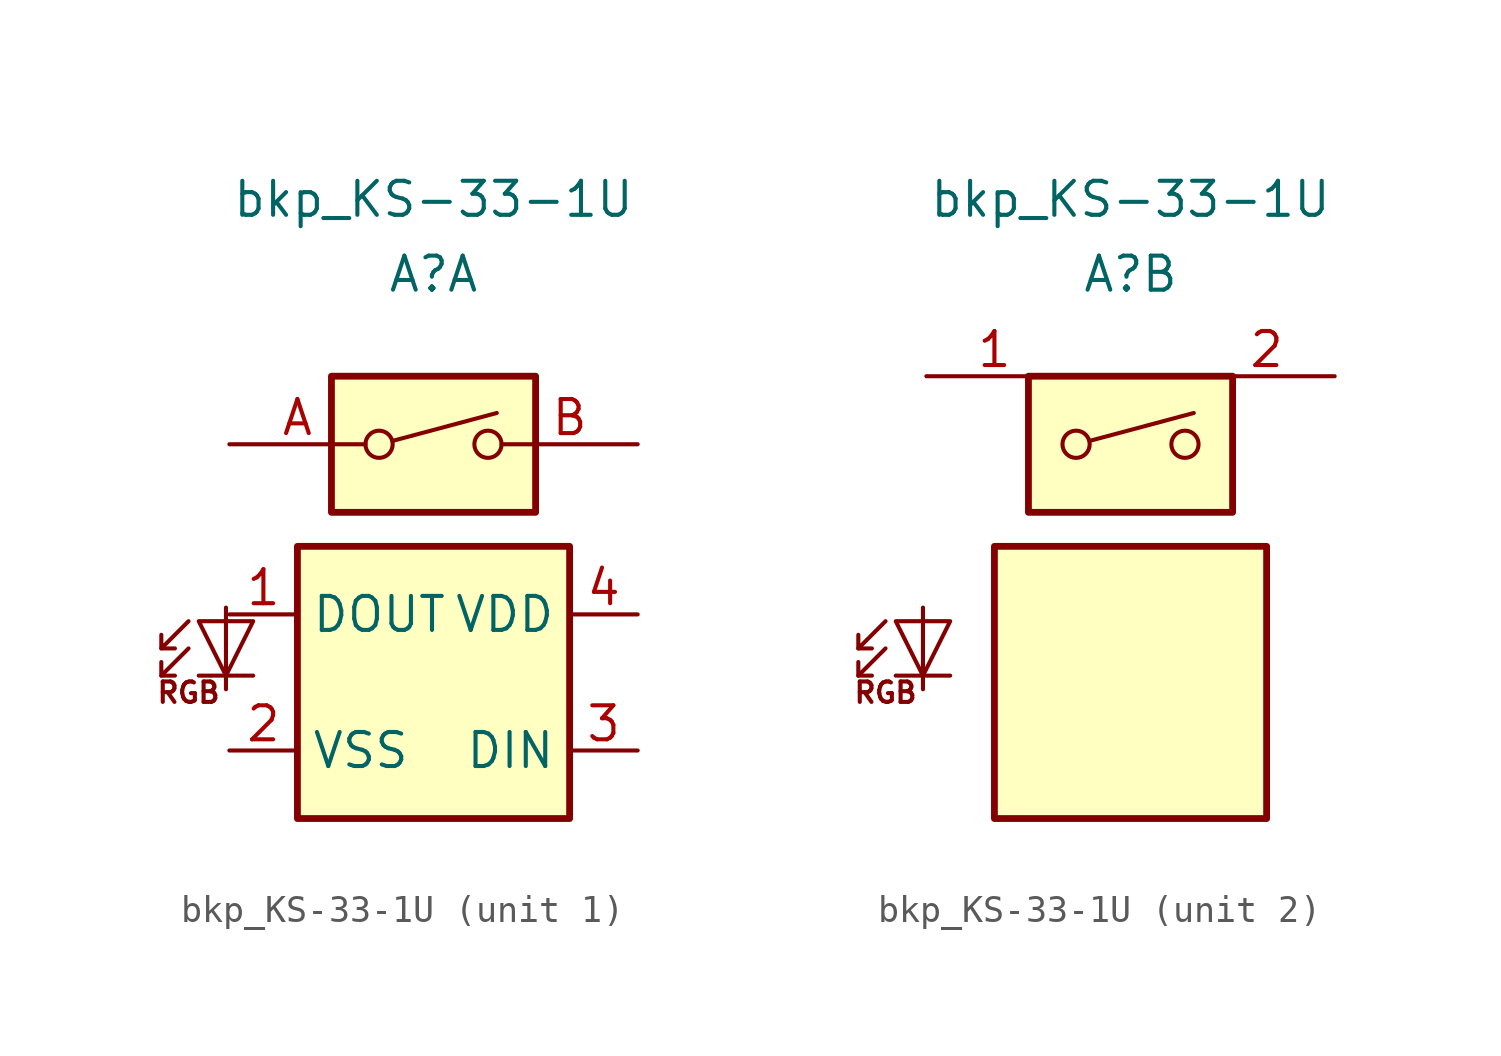
<source format=kicad_sym>
(kicad_symbol_lib
  (version 20241209)
  (generator "kicad_symbol_editor")
  (generator_version "9.0")
  (symbol "bkp_KS-33-1U"
    (property "Reference" "A"
      (at 0 0 0)
      (effects (font (size 1.27 1.27))))
    (property "Value" "bkp_KS-33-1U"
      (at 0 2.794 0)
      (effects (font (size 1.27 1.27))))
    (property "ki_locked" ""
      (at 0 0 0)
      (effects (font (size 1.27 1.27))))
    (symbol "bkp_KS-33-1U_0_0"
      (circle (center -2.032 -6.35) (radius 0.508) (stroke (width 0) (type default)) (fill (type none)))
      (polyline (pts (xy -1.524 -6.223) (xy 2.362 -5.182)) (stroke (width 0) (type default)) (fill (type none)))
      (circle (center 2.032 -6.35) (radius 0.508) (stroke (width 0) (type default)) (fill (type none)))
      (text "RGB" (at -9.144 -15.621 0) (effects (font (size 0.762 0.762)))))
    (symbol "bkp_KS-33-1U_0_1"
      (polyline (pts (xy -10.16 -13.97) (xy -9.652 -13.97)) (stroke (width 0) (type default)) (fill (type none)))
      (polyline (pts (xy -10.16 -14.986) (xy -9.652 -14.986)) (stroke (width 0) (type default)) (fill (type none)))
      (polyline (pts (xy -9.144 -12.954) (xy -10.16 -13.97) (xy -10.16 -13.462)) (stroke (width 0) (type default)) (fill (type none)))
      (polyline (pts (xy -9.144 -13.97) (xy -10.16 -14.986) (xy -10.16 -14.478)) (stroke (width 0) (type default)) (fill (type none)))
      (polyline (pts (xy -7.747 -12.446) (xy -7.747 -14.986) (xy -7.747 -15.494)) (stroke (width 0) (type default)) (fill (type none)))
      (polyline (pts (xy -6.731 -12.954) (xy -8.763 -12.954) (xy -7.747 -14.986) (xy -6.731 -12.954)) (stroke (width 0) (type default)) (fill (type none)))
      (polyline (pts (xy -6.731 -14.986) (xy -8.763 -14.986)) (stroke (width 0) (type default)) (fill (type none)))
      (rectangle (start -5.08 -10.16) (end 5.08 -20.32) (stroke (width 0.254) (type default)) (fill (type background)))
      (rectangle (start -3.81 -3.81) (end 3.81 -8.89) (stroke (width 0.254) (type default)) (fill (type background))))
    (symbol "bkp_KS-33-1U_1_1"
      (pin passive line (at -7.62 -6.35 0) (length 5.08) (name "~" (effects (font (size 1.27 1.27)))) (number "A" (effects (font (size 1.27 1.27)))))
      (pin output line (at -7.62 -12.7 0) (length 2.54) (name "DOUT" (effects (font (size 1.27 1.27)))) (number "1" (effects (font (size 1.27 1.27)))))
      (pin power_in line (at -7.62 -17.78 0) (length 2.54) (name "VSS" (effects (font (size 1.27 1.27)))) (number "2" (effects (font (size 1.27 1.27)))))
      (pin passive line (at 7.62 -6.35 180) (length 5.08) (name "~" (effects (font (size 1.27 1.27)))) (number "B" (effects (font (size 1.27 1.27)))))
      (pin power_in line (at 7.62 -12.7 180) (length 2.54) (name "VDD" (effects (font (size 1.27 1.27)))) (number "4" (effects (font (size 1.27 1.27)))))
      (pin input line (at 7.62 -17.78 180) (length 2.54) (name "DIN" (effects (font (size 1.27 1.27)))) (number "3" (effects (font (size 1.27 1.27))))))
    (symbol "bkp_KS-33-1U_2_1"
      (pin passive line (at -7.62 -3.81 0) (length 5.08) (name "~" (effects (font (size 1.27 1.27)))) (number "1" (effects (font (size 1.27 1.27)))))
      (pin passive line (at 7.62 -3.81 180) (length 5.08) (name "~" (effects (font (size 1.27 1.27)))) (number "2" (effects (font (size 1.27 1.27))))))))
</source>
